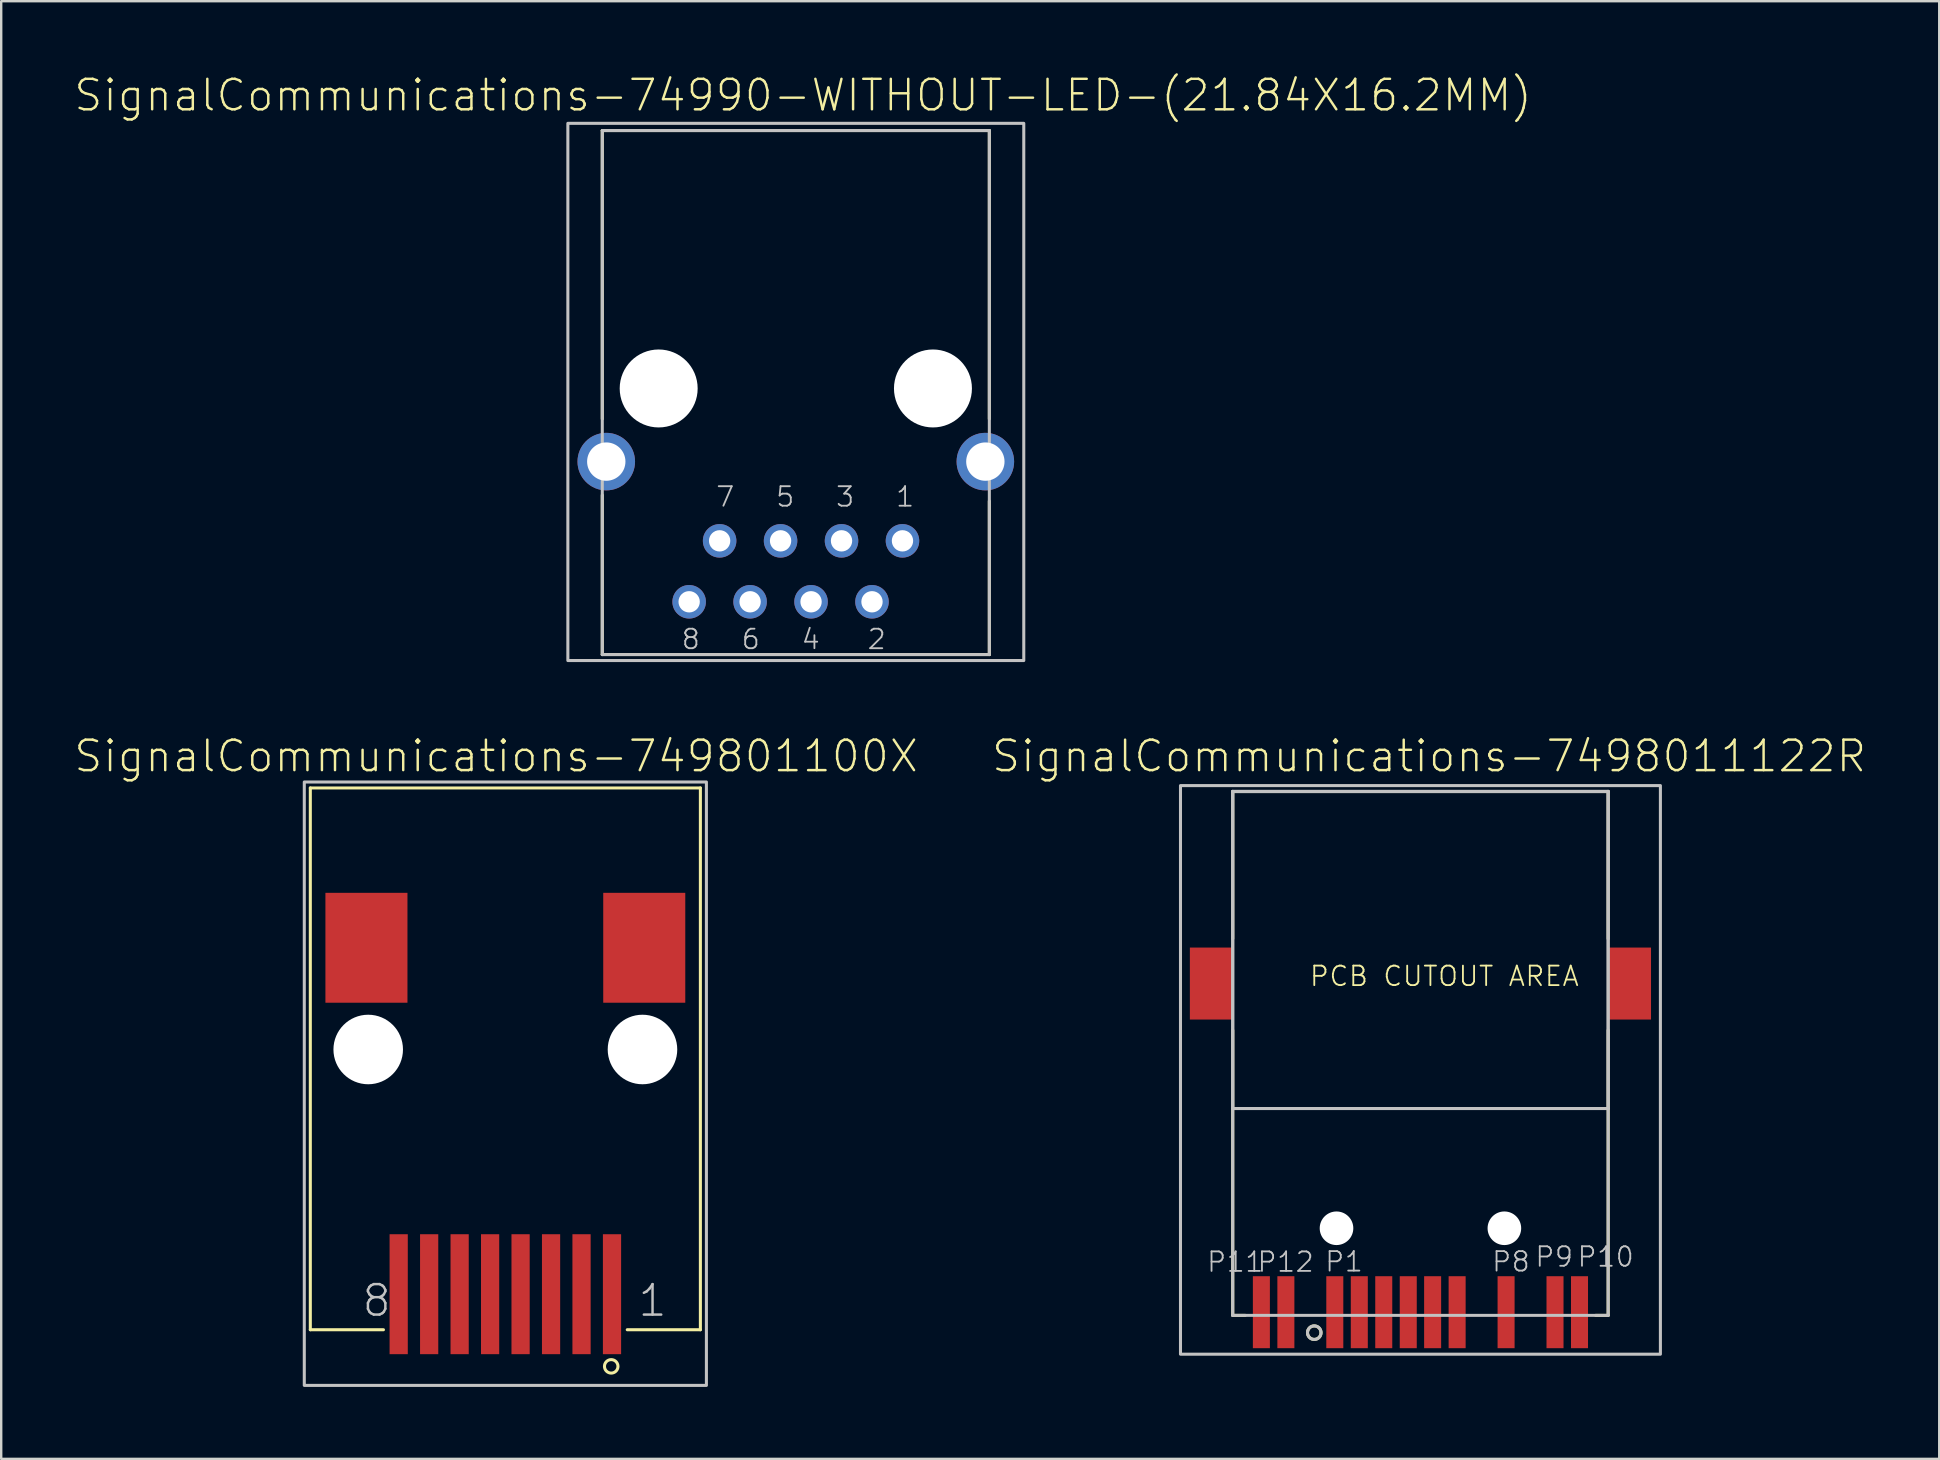
<source format=kicad_pcb>
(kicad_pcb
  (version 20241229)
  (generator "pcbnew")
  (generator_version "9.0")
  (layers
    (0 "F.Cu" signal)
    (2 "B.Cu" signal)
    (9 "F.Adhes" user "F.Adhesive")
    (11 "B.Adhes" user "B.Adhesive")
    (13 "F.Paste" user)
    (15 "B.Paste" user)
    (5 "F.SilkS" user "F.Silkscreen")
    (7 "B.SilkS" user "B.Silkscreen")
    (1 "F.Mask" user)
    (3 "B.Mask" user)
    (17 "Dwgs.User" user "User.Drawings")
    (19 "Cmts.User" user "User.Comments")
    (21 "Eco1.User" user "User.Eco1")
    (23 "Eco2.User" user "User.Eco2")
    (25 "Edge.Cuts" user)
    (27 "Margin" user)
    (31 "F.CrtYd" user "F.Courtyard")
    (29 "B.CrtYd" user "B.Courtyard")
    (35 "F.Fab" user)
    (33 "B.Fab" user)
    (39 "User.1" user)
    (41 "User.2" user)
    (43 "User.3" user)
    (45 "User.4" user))
  (footprint "SignalCommunications-74990-WITHOUT-LED-(21.84X16.2MM)"
    (layer "F.Cu")
    (at 30.115 13.139)
    (property "Reference" "SignalCommunications-74990-WITHOUT-LED-(21.84X16.2MM)" (at 0.3 -12.217 0) (layer "F.SilkS") (effects (font (size 1.27 1.27) (thickness 0.102))))
    (attr exclude_from_pos_files exclude_from_bom)
    (fp_line (start -8.065 -10.749) (end 8.065 -10.749) (stroke (width 0.127) (type solid)) (layer "F.SilkS"))
    (fp_line (start -8.065 1.27) (end -8.065 -10.749) (stroke (width 0.127) (type solid)) (layer "F.SilkS"))
    (fp_line (start -8.065 11.09) (end -8.065 4.445) (stroke (width 0.127) (type solid)) (layer "F.SilkS"))
    (fp_line (start -8.065 11.09) (end 8.065 11.09) (stroke (width 0.127) (type solid)) (layer "F.SilkS"))
    (fp_line (start 8.065 1.27) (end 8.065 -10.749) (stroke (width 0.127) (type solid)) (layer "F.SilkS"))
    (fp_line (start 8.065 11.09) (end 8.065 4.694) (stroke (width 0.127) (type solid)) (layer "F.SilkS"))
    (fp_line (start -8.065 -10.749) (end -8.065 11.09) (stroke (width 0.127) (type solid)) (layer "Dwgs.User"))
    (fp_line (start -8.065 -10.749) (end 8.065 -10.749) (stroke (width 0.127) (type solid)) (layer "Dwgs.User"))
    (fp_line (start -8.065 11.09) (end 8.065 11.09) (stroke (width 0.127) (type solid)) (layer "Dwgs.User"))
    (fp_line (start 8.065 11.09) (end 8.065 -10.749) (stroke (width 0.127) (type solid)) (layer "Dwgs.User"))
    (fp_poly (pts (xy -9.5 -11.049) (xy 9.5 -11.049) (xy 9.5 11.339) (xy -9.5 11.339) (xy -9.5 -11.049)) (stroke (width 0.127) (type solid)) (fill no) (layer "Dwgs.User"))
    (fp_text user "2" (at 3.371 10.452 180) (layer "Dwgs.User") (effects (font (size 0.813 0.813) (thickness 0.076))))
    (fp_text user "8" (at -4.376 10.452 180) (layer "Dwgs.User") (effects (font (size 0.813 0.813) (thickness 0.076))))
    (fp_text user "6" (at -1.877 10.452 180) (layer "Dwgs.User") (effects (font (size 0.813 0.813) (thickness 0.076))))
    (fp_text user "5" (at -0.442 4.514 180) (layer "Dwgs.User") (effects (font (size 0.813 0.813) (thickness 0.076))))
    (fp_text user "1" (at 4.554 4.514 180) (layer "Dwgs.User") (effects (font (size 0.813 0.813) (thickness 0.076))))
    (fp_text user "4" (at 0.62 10.452 180) (layer "Dwgs.User") (effects (font (size 0.813 0.813) (thickness 0.076))))
    (fp_text user "7" (at -2.941 4.514 180) (layer "Dwgs.User") (effects (font (size 0.813 0.813) (thickness 0.076))))
    (fp_text user "3" (at 2.055 4.514 180) (layer "Dwgs.User") (effects (font (size 0.813 0.813) (thickness 0.076))))
    (pad "" np_thru_hole circle (at -5.715 0) (size 3.249 3.249) (drill 3.249) (layers "*.Cu" "*.Mask"))
    (pad "" np_thru_hole circle (at 5.715 0) (size 3.249 3.249) (drill 3.249) (layers "*.Cu" "*.Mask"))
    (pad "1" thru_hole circle (at 4.445 6.35) (size 1.397 1.397) (drill 0.889) (layers "*.Cu" "*.Paste" "*.Mask"))
    (pad "2" thru_hole circle (at 3.175 8.89) (size 1.397 1.397) (drill 0.889) (layers "*.Cu" "*.Paste" "*.Mask"))
    (pad "3" thru_hole circle (at 1.905 6.35) (size 1.397 1.397) (drill 0.889) (layers "*.Cu" "*.Paste" "*.Mask"))
    (pad "4" thru_hole circle (at 0.635 8.89) (size 1.397 1.397) (drill 0.889) (layers "*.Cu" "*.Paste" "*.Mask"))
    (pad "5" thru_hole circle (at -0.635 6.35) (size 1.397 1.397) (drill 0.889) (layers "*.Cu" "*.Paste" "*.Mask"))
    (pad "6" thru_hole circle (at -1.905 8.89) (size 1.397 1.397) (drill 0.889) (layers "*.Cu" "*.Paste" "*.Mask"))
    (pad "7" thru_hole circle (at -3.175 6.35) (size 1.397 1.397) (drill 0.889) (layers "*.Cu" "*.Paste" "*.Mask"))
    (pad "8" thru_hole circle (at -4.445 8.89) (size 1.397 1.397) (drill 0.889) (layers "*.Cu" "*.Paste" "*.Mask"))
    (pad "Z1" thru_hole circle (at -7.899 3.048) (size 2.398 2.398) (drill 1.598) (layers "*.Cu" "*.Paste" "*.Mask"))
    (pad "Z2" thru_hole circle (at 7.899 3.048) (size 2.398 2.398) (drill 1.598) (layers "*.Cu" "*.Paste" "*.Mask")))
  (footprint "SignalCommunications-7498011122R"
    (layer "F.Cu")
    (at 56.146 48.137)
    (property "Reference" "SignalCommunications-7498011122R" (at 0.361 -19.675 0) (layer "F.SilkS") (effects (font (size 1.27 1.27) (thickness 0.102))))
    (attr smd)
    (fp_line (start -7.823 -18.199) (end 7.823 -18.199) (stroke (width 0.127) (type solid)) (layer "F.SilkS"))
    (fp_line (start -7.823 -12.065) (end -7.823 -18.199) (stroke (width 0.127) (type solid)) (layer "F.SilkS"))
    (fp_line (start -7.823 -8.255) (end -7.823 3.63) (stroke (width 0.127) (type solid)) (layer "F.SilkS"))
    (fp_line (start -7.823 3.63) (end -7.303 3.63) (stroke (width 0.127) (type solid)) (layer "F.SilkS"))
    (fp_line (start 7.303 3.63) (end 7.823 3.63) (stroke (width 0.127) (type solid)) (layer "F.SilkS"))
    (fp_line (start 7.823 -18.199) (end 7.823 -12.065) (stroke (width 0.127) (type solid)) (layer "F.SilkS"))
    (fp_line (start 7.823 -8.255) (end 7.823 3.63) (stroke (width 0.127) (type solid)) (layer "F.SilkS"))
    (fp_circle (center -4.425 4.351) (end -4.425 4.069) (stroke (width 0.127) (type solid)) (fill no) (layer "F.SilkS"))
    (fp_line (start -7.823 -18.209) (end -7.823 3.63) (stroke (width 0.127) (type solid)) (layer "Dwgs.User"))
    (fp_line (start -7.823 -18.199) (end 7.823 -18.199) (stroke (width 0.127) (type solid)) (layer "Dwgs.User"))
    (fp_line (start -7.823 -4.989) (end -7.823 -18.199) (stroke (width 0.127) (type solid)) (layer "Dwgs.User"))
    (fp_line (start -7.823 3.63) (end 7.823 3.63) (stroke (width 0.127) (type solid)) (layer "Dwgs.User"))
    (fp_line (start 7.823 -18.209) (end -7.823 -18.209) (stroke (width 0.127) (type solid)) (layer "Dwgs.User"))
    (fp_line (start 7.823 -18.209) (end 7.823 3.63) (stroke (width 0.127) (type solid)) (layer "Dwgs.User"))
    (fp_line (start 7.823 -18.199) (end 7.823 -4.989) (stroke (width 0.127) (type solid)) (layer "Dwgs.User"))
    (fp_line (start 7.823 -4.989) (end -7.823 -4.989) (stroke (width 0.127) (type solid)) (layer "Dwgs.User"))
    (fp_circle (center -4.425 4.351) (end -4.425 4.069) (stroke (width 0.127) (type solid)) (fill no) (layer "Dwgs.User"))
    (fp_poly (pts (xy -10 -18.448) (xy 10 -18.448) (xy 10 5.248) (xy -10 5.248) (xy -10 -18.448)) (stroke (width 0.127) (type solid)) (fill no) (layer "Dwgs.User"))
    (fp_text user "PCB CUTOUT AREA" (at 0.996 -10.505 0) (layer "F.SilkS") (effects (font (size 0.813 0.813) (thickness 0.076))))
    (fp_text user "P10" (at 7.719 1.191 0) (layer "Dwgs.User") (effects (font (size 0.813 0.813) (thickness 0.076))))
    (fp_text user "P8" (at 3.772 1.392 0) (layer "Dwgs.User") (effects (font (size 0.813 0.813) (thickness 0.076))))
    (fp_text user "P9" (at 5.573 1.191 0) (layer "Dwgs.User") (effects (font (size 0.813 0.813) (thickness 0.076))))
    (fp_text user "P11" (at -7.719 1.405 180) (layer "Dwgs.User") (effects (font (size 0.813 0.813) (thickness 0.076))))
    (fp_text user "P1" (at -3.185 1.392 0) (layer "Dwgs.User") (effects (font (size 0.813 0.813) (thickness 0.076))))
    (fp_text user "P12" (at -5.618 1.405 180) (layer "Dwgs.User") (effects (font (size 0.813 0.813) (thickness 0.076))))
    (pad "" np_thru_hole circle (at -3.498 0) (size 1.4 1.4) (drill 1.4) (layers "*.Cu" "*.Mask"))
    (pad "" np_thru_hole circle (at 3.498 0) (size 1.4 1.4) (drill 1.4) (layers "*.Cu" "*.Mask"))
    (pad "P1" smd rect (at -3.569 3.498) (size 0.709 3) (layers "F.Cu" "F.Mask" "F.Paste"))
    (pad "P2" smd rect (at -2.548 3.498) (size 0.709 3) (layers "F.Cu" "F.Mask" "F.Paste"))
    (pad "P3" smd rect (at -1.529 3.498) (size 0.709 3) (layers "F.Cu" "F.Mask" "F.Paste"))
    (pad "P4" smd rect (at -0.508 3.498) (size 0.709 3) (layers "F.Cu" "F.Mask" "F.Paste"))
    (pad "P5" smd rect (at 0.508 3.498) (size 0.709 3) (layers "F.Cu" "F.Mask" "F.Paste"))
    (pad "P6" smd rect (at 1.529 3.498) (size 0.709 3) (layers "F.Cu" "F.Mask" "F.Paste"))
    (pad "P8" smd rect (at 3.569 3.498) (size 0.709 3) (layers "F.Cu" "F.Mask" "F.Paste"))
    (pad "P9" smd rect (at 5.608 3.498) (size 0.709 3) (layers "F.Cu" "F.Mask" "F.Paste"))
    (pad "P10" smd rect (at 6.629 3.498) (size 0.709 3) (layers "F.Cu" "F.Mask" "F.Paste"))
    (pad "P11" smd rect (at -6.629 3.498) (size 0.709 3) (layers "F.Cu" "F.Mask" "F.Paste"))
    (pad "P12" smd rect (at -5.608 3.498) (size 0.709 3) (layers "F.Cu" "F.Mask" "F.Paste"))
    (pad "Z1" smd rect (at -8.71 -10.198) (size 1.798 3) (layers "F.Cu" "F.Mask" "F.Paste"))
    (pad "Z2" smd rect (at 8.71 -10.198) (size 1.798 3) (layers "F.Cu" "F.Mask" "F.Paste")))
  (footprint "SignalCommunications-749801100X"
    (layer "F.Cu")
    (at 18.01 40.687)
    (property "Reference" "SignalCommunications-749801100X" (at -0.386 -12.225 0) (layer "F.SilkS") (effects (font (size 1.27 1.27) (thickness 0.102))))
    (attr smd)
    (fp_line (start -8.128 -10.899) (end -8.128 11.679) (stroke (width 0.127) (type solid)) (layer "F.SilkS"))
    (fp_line (start -8.128 11.679) (end -5.08 11.679) (stroke (width 0.127) (type solid)) (layer "F.SilkS"))
    (fp_line (start 5.08 11.679) (end 8.128 11.679) (stroke (width 0.127) (type solid)) (layer "F.SilkS"))
    (fp_line (start 8.128 -10.899) (end -8.128 -10.899) (stroke (width 0.127) (type solid)) (layer "F.SilkS"))
    (fp_line (start 8.128 -10.899) (end 8.128 11.679) (stroke (width 0.127) (type solid)) (layer "F.SilkS"))
    (fp_circle (center 4.412 13.205) (end 4.412 12.924) (stroke (width 0.127) (type solid)) (fill no) (layer "F.SilkS"))
    (fp_poly (pts (xy -8.379 -11.148) (xy 8.379 -11.148) (xy 8.379 13.998) (xy -8.379 13.998) (xy -8.379 -11.148)) (stroke (width 0.127) (type solid)) (fill no) (layer "Dwgs.User"))
    (fp_text user "1" (at 6.134 10.465 0) (layer "Dwgs.User") (effects (font (size 1.27 1.27) (thickness 0.102))))
    (fp_text user "8" (at -5.364 10.465 0) (layer "Dwgs.User") (effects (font (size 1.27 1.27) (thickness 0.102))))
    (pad "" np_thru_hole circle (at -5.715 0) (size 2.898 2.898) (drill 2.898) (layers "*.Cu" "*.Mask"))
    (pad "" np_thru_hole circle (at 5.715 0) (size 2.898 2.898) (drill 2.898) (layers "*.Cu" "*.Mask"))
    (pad "1" smd rect (at 4.445 10.198 90) (size 4.999 0.759) (layers "F.Cu" "F.Mask" "F.Paste"))
    (pad "2" smd rect (at 3.175 10.198 90) (size 4.999 0.759) (layers "F.Cu" "F.Mask" "F.Paste"))
    (pad "3" smd rect (at 1.905 10.198 90) (size 4.999 0.759) (layers "F.Cu" "F.Mask" "F.Paste"))
    (pad "4" smd rect (at 0.635 10.198 90) (size 4.999 0.759) (layers "F.Cu" "F.Mask" "F.Paste"))
    (pad "5" smd rect (at -0.635 10.198 90) (size 4.999 0.759) (layers "F.Cu" "F.Mask" "F.Paste"))
    (pad "6" smd rect (at -1.905 10.198 90) (size 4.999 0.759) (layers "F.Cu" "F.Mask" "F.Paste"))
    (pad "7" smd rect (at -3.175 10.198 90) (size 4.999 0.759) (layers "F.Cu" "F.Mask" "F.Paste"))
    (pad "8" smd rect (at -4.445 10.198 90) (size 4.999 0.759) (layers "F.Cu" "F.Mask" "F.Paste"))
    (pad "Z1" smd rect (at 5.789 -4.239 90) (size 4.58 3.419) (layers "F.Cu" "F.Mask" "F.Paste"))
    (pad "Z2" smd rect (at -5.789 -4.239 90) (size 4.58 3.419) (layers "F.Cu" "F.Mask" "F.Paste")))
  (gr_rect
    (start -3 -3)
    (end 77.766 57.748)
    (stroke (width 0.1) (type default))
    (fill no)
    (layer "Edge.Cuts")))
</source>
